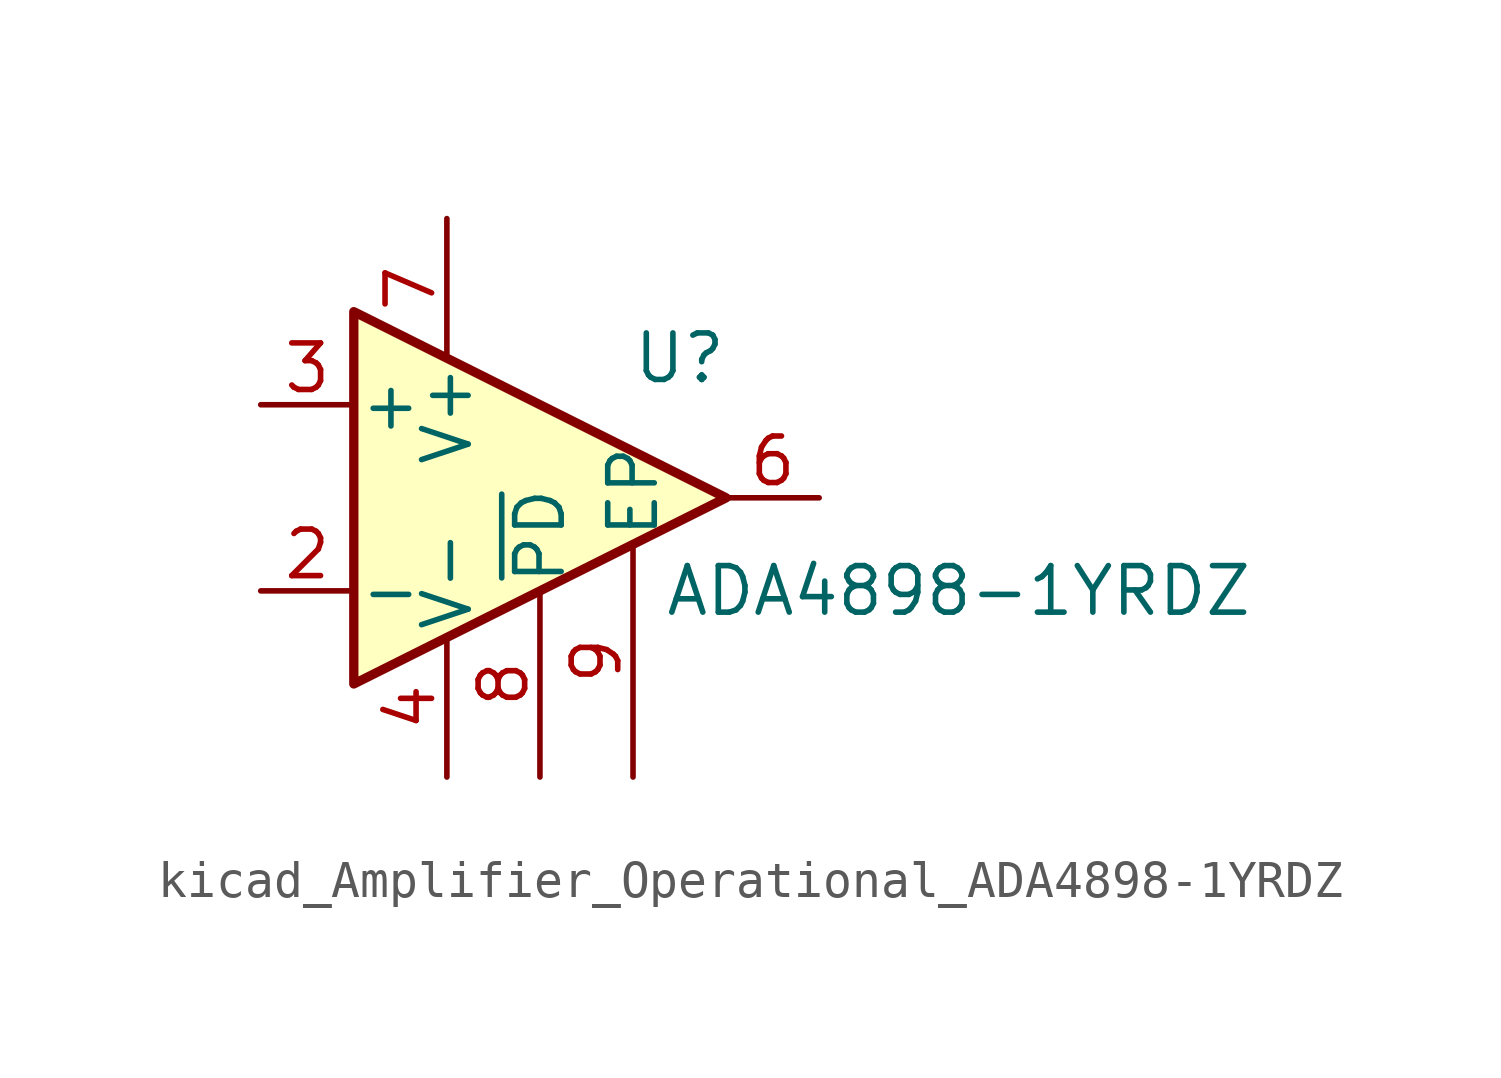
<source format=kicad_sym>
(kicad_symbol_lib
  (version 20220914)
  (generator kicad_symbol_editor)
  (symbol "kicad_Amplifier_Operational_ADA4898-1YRDZ"
    (pin_names
      (offset 0.127))
    (property "Reference" "U"
      (at 3.81 3.81 0)
      (effects (font (size 1.27 1.27))))
    (property "Value" "ADA4898-1YRDZ"
      (at 11.43 -2.54 0)
      (effects (font (size 1.27 1.27))))
    (symbol "kicad_Amplifier_Operational_ADA4898-1YRDZ_1_1"
      (polyline (pts (xy -5.08 5.08) (xy 5.08 0) (xy -5.08 -5.08) (xy -5.08 5.08)) (stroke (width 0.254) (type default)) (fill (type background)))
      (pin input line (at -7.62 -2.54 0) (length 2.54) (name "-" (effects (font (size 1.27 1.27)))) (number "2" (effects (font (size 1.27 1.27)))))
      (pin input line (at -7.62 2.54 0) (length 2.54) (name "+" (effects (font (size 1.27 1.27)))) (number "3" (effects (font (size 1.27 1.27)))))
      (pin power_in line (at -2.54 -7.62 90) (length 3.81) (name "V-" (effects (font (size 1.27 1.27)))) (number "4" (effects (font (size 1.27 1.27)))))
      (pin output line (at 7.62 0 180) (length 2.54) (name "~" (effects (font (size 1.27 1.27)))) (number "6" (effects (font (size 1.27 1.27)))))
      (pin power_in line (at -2.54 7.62 270) (length 3.81) (name "V+" (effects (font (size 1.27 1.27)))) (number "7" (effects (font (size 1.27 1.27)))))
      (pin input line (at 0 -7.62 90) (length 5.08) (name "~{PD}" (effects (font (size 1.27 1.27)))) (number "8" (effects (font (size 1.27 1.27)))))
      (pin passive line (at 2.54 -7.62 90) (length 6.35) (name "EP" (effects (font (size 1.27 1.27)))) (number "9" (effects (font (size 1.27 1.27))))))))
</source>
